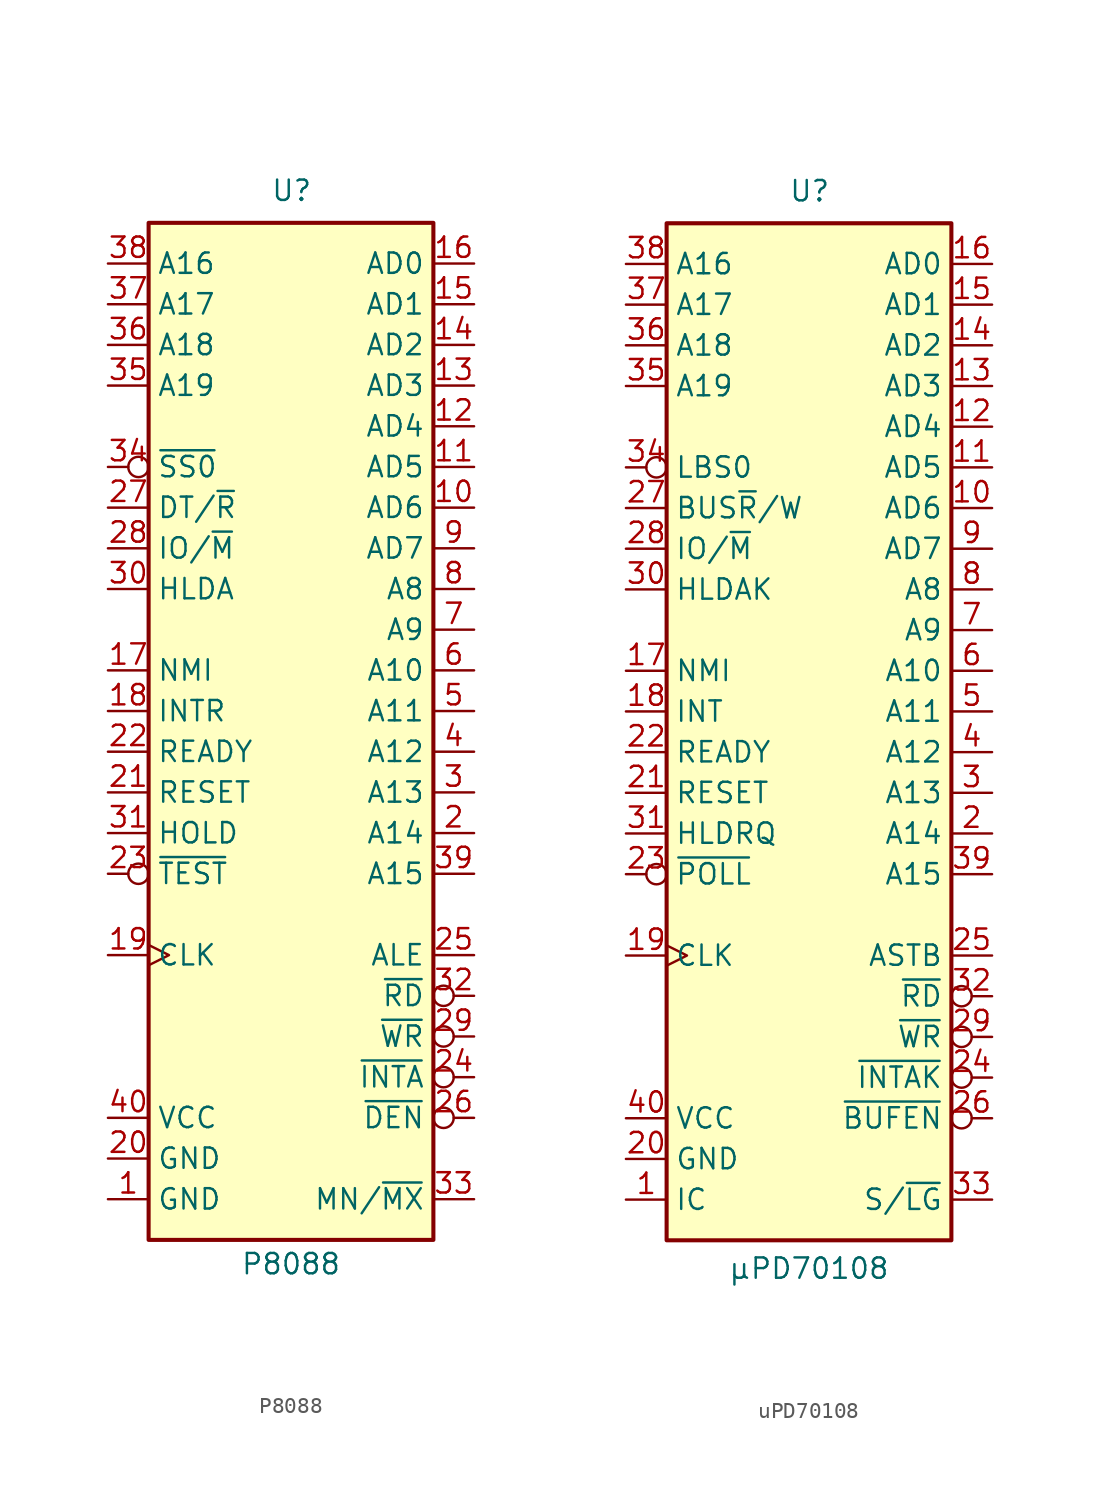
<source format=kicad_sym>
(kicad_symbol_lib
  (version 20241209)
  (generator "kicad_symbol_editor")
  (generator_version "9.0")
  (symbol "P8088"
    (property "Reference" "U"
      (at -1.27 31.75 0)
      (effects (font (size 1.27 1.27)) (justify left bottom)))
    (property "Value" "P8088"
      (at 0 -33.782 0)
      (effects (font (size 1.27 1.27)) (justify top)))
    (symbol "P8088_0_1"
      (rectangle (start -8.89 -33.02) (end 8.89 30.48) (stroke (width 0.254) (type default)) (fill (type background))))
    (symbol "P8088_1_1"
      (pin output line (at -11.43 27.94 0) (length 2.54) (name "A16" (effects (font (size 1.27 1.27)))) (number "38" (effects (font (size 1.27 1.27)))))
      (pin output line (at -11.43 25.4 0) (length 2.54) (name "A17" (effects (font (size 1.27 1.27)))) (number "37" (effects (font (size 1.27 1.27)))))
      (pin output line (at -11.43 22.86 0) (length 2.54) (name "A18" (effects (font (size 1.27 1.27)))) (number "36" (effects (font (size 1.27 1.27)))))
      (pin output line (at -11.43 20.32 0) (length 2.54) (name "A19" (effects (font (size 1.27 1.27)))) (number "35" (effects (font (size 1.27 1.27)))))
      (pin output inverted (at -11.43 15.24 0) (length 2.54) (name "~{SS0}" (effects (font (size 1.27 1.27)))) (number "34" (effects (font (size 1.27 1.27)))))
      (pin output line (at -11.43 12.7 0) (length 2.54) (name "DT/~{R}" (effects (font (size 1.27 1.27)))) (number "27" (effects (font (size 1.27 1.27)))))
      (pin output line (at -11.43 10.16 0) (length 2.54) (name "IO/~{M}" (effects (font (size 1.27 1.27)))) (number "28" (effects (font (size 1.27 1.27)))))
      (pin output line (at -11.43 7.62 0) (length 2.54) (name "HLDA" (effects (font (size 1.27 1.27)))) (number "30" (effects (font (size 1.27 1.27)))))
      (pin input line (at -11.43 2.54 0) (length 2.54) (name "NMI" (effects (font (size 1.27 1.27)))) (number "17" (effects (font (size 1.27 1.27)))))
      (pin input line (at -11.43 0 0) (length 2.54) (name "INTR" (effects (font (size 1.27 1.27)))) (number "18" (effects (font (size 1.27 1.27)))))
      (pin input line (at -11.43 -2.54 0) (length 2.54) (name "READY" (effects (font (size 1.27 1.27)))) (number "22" (effects (font (size 1.27 1.27)))))
      (pin input line (at -11.43 -5.08 0) (length 2.54) (name "RESET" (effects (font (size 1.27 1.27)))) (number "21" (effects (font (size 1.27 1.27)))))
      (pin input line (at -11.43 -7.62 0) (length 2.54) (name "HOLD" (effects (font (size 1.27 1.27)))) (number "31" (effects (font (size 1.27 1.27)))))
      (pin input inverted (at -11.43 -10.16 0) (length 2.54) (name "~{TEST}" (effects (font (size 1.27 1.27)))) (number "23" (effects (font (size 1.27 1.27)))))
      (pin input clock (at -11.43 -15.24 0) (length 2.54) (name "CLK" (effects (font (size 1.27 1.27)))) (number "19" (effects (font (size 1.27 1.27)))))
      (pin power_in line (at -11.43 -25.4 0) (length 2.54) (name "VCC" (effects (font (size 1.27 1.27)))) (number "40" (effects (font (size 1.27 1.27)))))
      (pin power_in line (at -11.43 -27.94 0) (length 2.54) (name "GND" (effects (font (size 1.27 1.27)))) (number "20" (effects (font (size 1.27 1.27)))))
      (pin power_in line (at -11.43 -30.48 0) (length 2.54) (name "GND" (effects (font (size 1.27 1.27)))) (number "1" (effects (font (size 1.27 1.27)))))
      (pin bidirectional line (at 11.43 27.94 180) (length 2.54) (name "AD0" (effects (font (size 1.27 1.27)))) (number "16" (effects (font (size 1.27 1.27)))))
      (pin bidirectional line (at 11.43 25.4 180) (length 2.54) (name "AD1" (effects (font (size 1.27 1.27)))) (number "15" (effects (font (size 1.27 1.27)))))
      (pin bidirectional line (at 11.43 22.86 180) (length 2.54) (name "AD2" (effects (font (size 1.27 1.27)))) (number "14" (effects (font (size 1.27 1.27)))))
      (pin bidirectional line (at 11.43 20.32 180) (length 2.54) (name "AD3" (effects (font (size 1.27 1.27)))) (number "13" (effects (font (size 1.27 1.27)))))
      (pin bidirectional line (at 11.43 17.78 180) (length 2.54) (name "AD4" (effects (font (size 1.27 1.27)))) (number "12" (effects (font (size 1.27 1.27)))))
      (pin bidirectional line (at 11.43 15.24 180) (length 2.54) (name "AD5" (effects (font (size 1.27 1.27)))) (number "11" (effects (font (size 1.27 1.27)))))
      (pin bidirectional line (at 11.43 12.7 180) (length 2.54) (name "AD6" (effects (font (size 1.27 1.27)))) (number "10" (effects (font (size 1.27 1.27)))))
      (pin bidirectional line (at 11.43 10.16 180) (length 2.54) (name "AD7" (effects (font (size 1.27 1.27)))) (number "9" (effects (font (size 1.27 1.27)))))
      (pin output line (at 11.43 7.62 180) (length 2.54) (name "A8" (effects (font (size 1.27 1.27)))) (number "8" (effects (font (size 1.27 1.27)))))
      (pin output line (at 11.43 5.08 180) (length 2.54) (name "A9" (effects (font (size 1.27 1.27)))) (number "7" (effects (font (size 1.27 1.27)))))
      (pin output line (at 11.43 2.54 180) (length 2.54) (name "A10" (effects (font (size 1.27 1.27)))) (number "6" (effects (font (size 1.27 1.27)))))
      (pin output line (at 11.43 0 180) (length 2.54) (name "A11" (effects (font (size 1.27 1.27)))) (number "5" (effects (font (size 1.27 1.27)))))
      (pin output line (at 11.43 -2.54 180) (length 2.54) (name "A12" (effects (font (size 1.27 1.27)))) (number "4" (effects (font (size 1.27 1.27)))))
      (pin output line (at 11.43 -5.08 180) (length 2.54) (name "A13" (effects (font (size 1.27 1.27)))) (number "3" (effects (font (size 1.27 1.27)))))
      (pin output line (at 11.43 -7.62 180) (length 2.54) (name "A14" (effects (font (size 1.27 1.27)))) (number "2" (effects (font (size 1.27 1.27)))))
      (pin output line (at 11.43 -10.16 180) (length 2.54) (name "A15" (effects (font (size 1.27 1.27)))) (number "39" (effects (font (size 1.27 1.27)))))
      (pin output line (at 11.43 -15.24 180) (length 2.54) (name "ALE" (effects (font (size 1.27 1.27)))) (number "25" (effects (font (size 1.27 1.27)))))
      (pin output inverted (at 11.43 -17.78 180) (length 2.54) (name "~{RD}" (effects (font (size 1.27 1.27)))) (number "32" (effects (font (size 1.27 1.27)))))
      (pin output inverted (at 11.43 -20.32 180) (length 2.54) (name "~{WR}" (effects (font (size 1.27 1.27)))) (number "29" (effects (font (size 1.27 1.27)))))
      (pin output inverted (at 11.43 -22.86 180) (length 2.54) (name "~{INTA}" (effects (font (size 1.27 1.27)))) (number "24" (effects (font (size 1.27 1.27)))))
      (pin output inverted (at 11.43 -25.4 180) (length 2.54) (name "~{DEN}" (effects (font (size 1.27 1.27)))) (number "26" (effects (font (size 1.27 1.27)))))
      (pin input line (at 11.43 -30.48 180) (length 2.54) (name "MN/~{MX}" (effects (font (size 1.27 1.27)))) (number "33" (effects (font (size 1.27 1.27)))))))
  (symbol "uPD70108"
    (property "Reference" "U"
      (at -1.27 31.75 0)
      (effects (font (size 1.27 1.27)) (justify left bottom)))
    (property "Value" "μPD70108"
      (at 0 -34.036 0)
      (effects (font (size 1.27 1.27)) (justify top)))
    (symbol "uPD70108_0_1"
      (rectangle (start -8.89 30.48) (end 8.89 -33.02) (stroke (width 0.254) (type default)) (fill (type background))))
    (symbol "uPD70108_1_1"
      (pin output line (at -11.43 27.94 0) (length 2.54) (name "A16" (effects (font (size 1.27 1.27)))) (number "38" (effects (font (size 1.27 1.27)))))
      (pin output line (at -11.43 25.4 0) (length 2.54) (name "A17" (effects (font (size 1.27 1.27)))) (number "37" (effects (font (size 1.27 1.27)))))
      (pin output line (at -11.43 22.86 0) (length 2.54) (name "A18" (effects (font (size 1.27 1.27)))) (number "36" (effects (font (size 1.27 1.27)))))
      (pin output line (at -11.43 20.32 0) (length 2.54) (name "A19" (effects (font (size 1.27 1.27)))) (number "35" (effects (font (size 1.27 1.27)))))
      (pin output inverted (at -11.43 15.24 0) (length 2.54) (name "LBS0" (effects (font (size 1.27 1.27)))) (number "34" (effects (font (size 1.27 1.27)))))
      (pin output line (at -11.43 12.7 0) (length 2.54) (name "BUS~{R}/W" (effects (font (size 1.27 1.27)))) (number "27" (effects (font (size 1.27 1.27)))))
      (pin output line (at -11.43 10.16 0) (length 2.54) (name "IO/~{M}" (effects (font (size 1.27 1.27)))) (number "28" (effects (font (size 1.27 1.27)))))
      (pin output line (at -11.43 7.62 0) (length 2.54) (name "HLDAK" (effects (font (size 1.27 1.27)))) (number "30" (effects (font (size 1.27 1.27)))))
      (pin input line (at -11.43 2.54 0) (length 2.54) (name "NMI" (effects (font (size 1.27 1.27)))) (number "17" (effects (font (size 1.27 1.27)))))
      (pin input line (at -11.43 0 0) (length 2.54) (name "INT" (effects (font (size 1.27 1.27)))) (number "18" (effects (font (size 1.27 1.27)))))
      (pin input line (at -11.43 -2.54 0) (length 2.54) (name "READY" (effects (font (size 1.27 1.27)))) (number "22" (effects (font (size 1.27 1.27)))))
      (pin input line (at -11.43 -5.08 0) (length 2.54) (name "RESET" (effects (font (size 1.27 1.27)))) (number "21" (effects (font (size 1.27 1.27)))))
      (pin input line (at -11.43 -7.62 0) (length 2.54) (name "HLDRQ" (effects (font (size 1.27 1.27)))) (number "31" (effects (font (size 1.27 1.27)))))
      (pin input inverted (at -11.43 -10.16 0) (length 2.54) (name "~{POLL}" (effects (font (size 1.27 1.27)))) (number "23" (effects (font (size 1.27 1.27)))))
      (pin input clock (at -11.43 -15.24 0) (length 2.54) (name "CLK" (effects (font (size 1.27 1.27)))) (number "19" (effects (font (size 1.27 1.27)))))
      (pin power_in line (at -11.43 -25.4 0) (length 2.54) (name "VCC" (effects (font (size 1.27 1.27)))) (number "40" (effects (font (size 1.27 1.27)))))
      (pin power_in line (at -11.43 -27.94 0) (length 2.54) (name "GND" (effects (font (size 1.27 1.27)))) (number "20" (effects (font (size 1.27 1.27)))))
      (pin input line (at -11.43 -30.48 0) (length 2.54) (name "IC" (effects (font (size 1.27 1.27)))) (number "1" (effects (font (size 1.27 1.27)))))
      (pin bidirectional line (at 11.43 27.94 180) (length 2.54) (name "AD0" (effects (font (size 1.27 1.27)))) (number "16" (effects (font (size 1.27 1.27)))))
      (pin bidirectional line (at 11.43 25.4 180) (length 2.54) (name "AD1" (effects (font (size 1.27 1.27)))) (number "15" (effects (font (size 1.27 1.27)))))
      (pin bidirectional line (at 11.43 22.86 180) (length 2.54) (name "AD2" (effects (font (size 1.27 1.27)))) (number "14" (effects (font (size 1.27 1.27)))))
      (pin bidirectional line (at 11.43 20.32 180) (length 2.54) (name "AD3" (effects (font (size 1.27 1.27)))) (number "13" (effects (font (size 1.27 1.27)))))
      (pin bidirectional line (at 11.43 17.78 180) (length 2.54) (name "AD4" (effects (font (size 1.27 1.27)))) (number "12" (effects (font (size 1.27 1.27)))))
      (pin bidirectional line (at 11.43 15.24 180) (length 2.54) (name "AD5" (effects (font (size 1.27 1.27)))) (number "11" (effects (font (size 1.27 1.27)))))
      (pin bidirectional line (at 11.43 12.7 180) (length 2.54) (name "AD6" (effects (font (size 1.27 1.27)))) (number "10" (effects (font (size 1.27 1.27)))))
      (pin bidirectional line (at 11.43 10.16 180) (length 2.54) (name "AD7" (effects (font (size 1.27 1.27)))) (number "9" (effects (font (size 1.27 1.27)))))
      (pin output line (at 11.43 7.62 180) (length 2.54) (name "A8" (effects (font (size 1.27 1.27)))) (number "8" (effects (font (size 1.27 1.27)))))
      (pin output line (at 11.43 5.08 180) (length 2.54) (name "A9" (effects (font (size 1.27 1.27)))) (number "7" (effects (font (size 1.27 1.27)))))
      (pin output line (at 11.43 2.54 180) (length 2.54) (name "A10" (effects (font (size 1.27 1.27)))) (number "6" (effects (font (size 1.27 1.27)))))
      (pin output line (at 11.43 0 180) (length 2.54) (name "A11" (effects (font (size 1.27 1.27)))) (number "5" (effects (font (size 1.27 1.27)))))
      (pin output line (at 11.43 -2.54 180) (length 2.54) (name "A12" (effects (font (size 1.27 1.27)))) (number "4" (effects (font (size 1.27 1.27)))))
      (pin output line (at 11.43 -5.08 180) (length 2.54) (name "A13" (effects (font (size 1.27 1.27)))) (number "3" (effects (font (size 1.27 1.27)))))
      (pin output line (at 11.43 -7.62 180) (length 2.54) (name "A14" (effects (font (size 1.27 1.27)))) (number "2" (effects (font (size 1.27 1.27)))))
      (pin output line (at 11.43 -10.16 180) (length 2.54) (name "A15" (effects (font (size 1.27 1.27)))) (number "39" (effects (font (size 1.27 1.27)))))
      (pin output line (at 11.43 -15.24 180) (length 2.54) (name "ASTB" (effects (font (size 1.27 1.27)))) (number "25" (effects (font (size 1.27 1.27)))))
      (pin output inverted (at 11.43 -17.78 180) (length 2.54) (name "~{RD}" (effects (font (size 1.27 1.27)))) (number "32" (effects (font (size 1.27 1.27)))))
      (pin output inverted (at 11.43 -20.32 180) (length 2.54) (name "~{WR}" (effects (font (size 1.27 1.27)))) (number "29" (effects (font (size 1.27 1.27)))))
      (pin output inverted (at 11.43 -22.86 180) (length 2.54) (name "~{INTAK}" (effects (font (size 1.27 1.27)))) (number "24" (effects (font (size 1.27 1.27)))))
      (pin output inverted (at 11.43 -25.4 180) (length 2.54) (name "~{BUFEN}" (effects (font (size 1.27 1.27)))) (number "26" (effects (font (size 1.27 1.27)))))
      (pin input line (at 11.43 -30.48 180) (length 2.54) (name "S/~{LG}" (effects (font (size 1.27 1.27)))) (number "33" (effects (font (size 1.27 1.27))))))))
</source>
